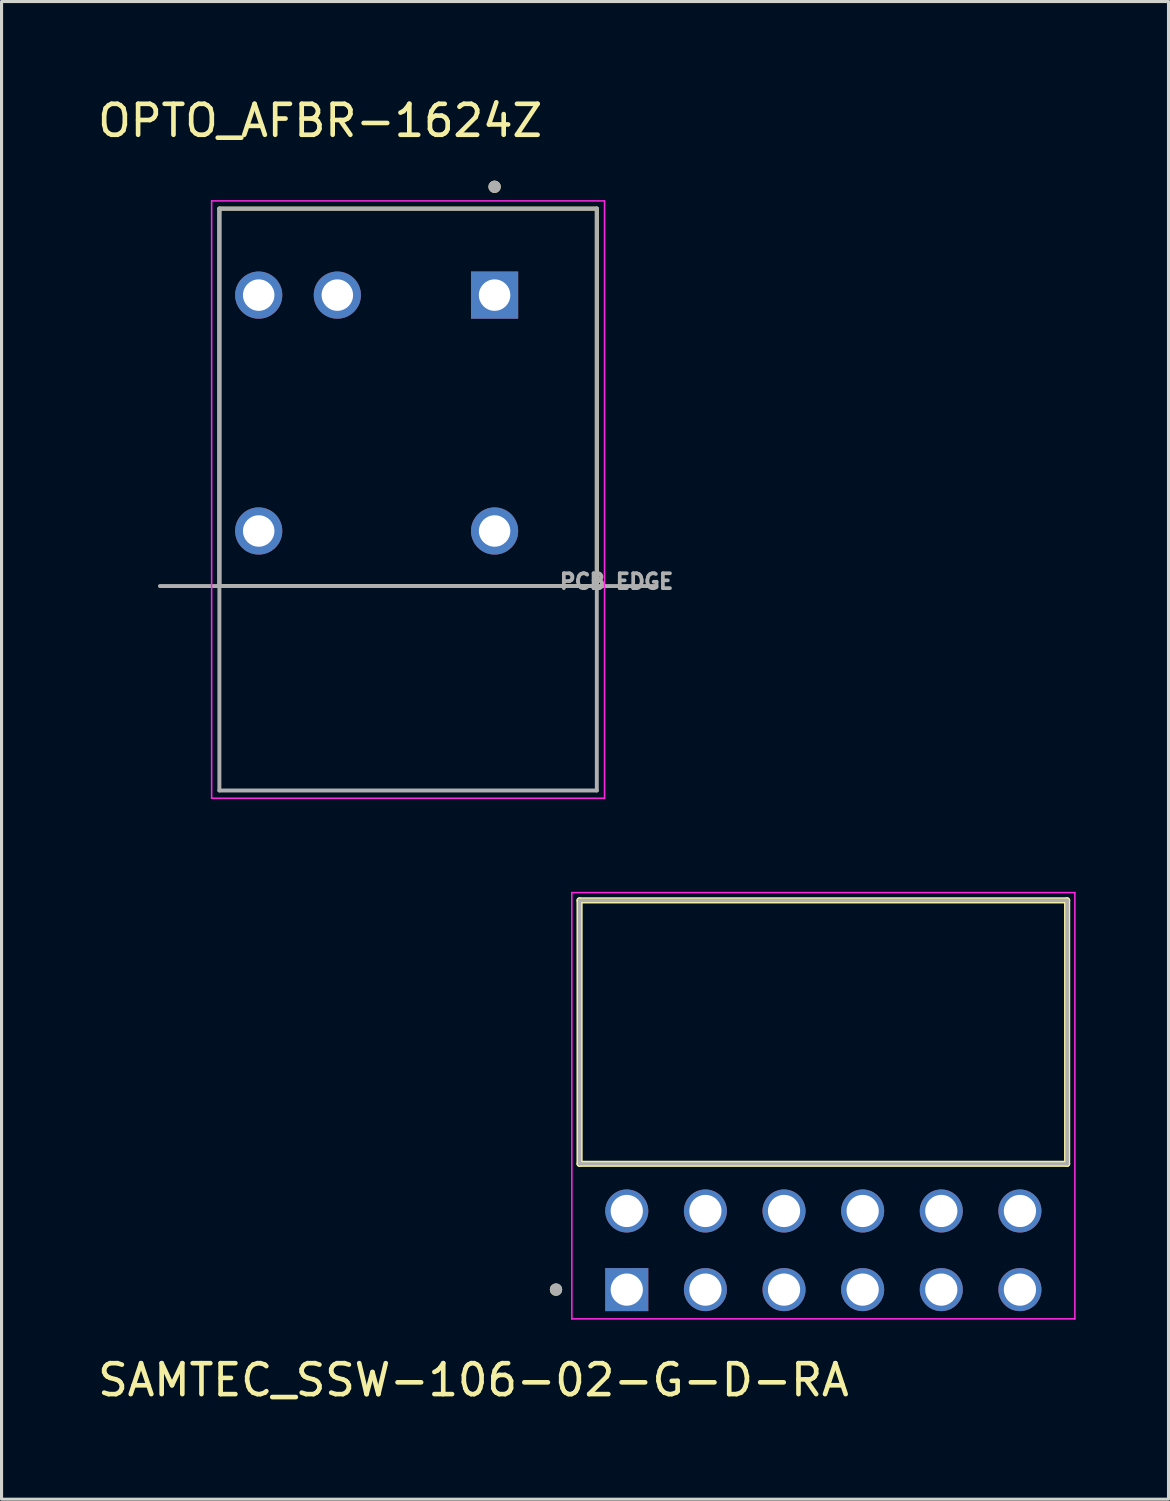
<source format=kicad_pcb>
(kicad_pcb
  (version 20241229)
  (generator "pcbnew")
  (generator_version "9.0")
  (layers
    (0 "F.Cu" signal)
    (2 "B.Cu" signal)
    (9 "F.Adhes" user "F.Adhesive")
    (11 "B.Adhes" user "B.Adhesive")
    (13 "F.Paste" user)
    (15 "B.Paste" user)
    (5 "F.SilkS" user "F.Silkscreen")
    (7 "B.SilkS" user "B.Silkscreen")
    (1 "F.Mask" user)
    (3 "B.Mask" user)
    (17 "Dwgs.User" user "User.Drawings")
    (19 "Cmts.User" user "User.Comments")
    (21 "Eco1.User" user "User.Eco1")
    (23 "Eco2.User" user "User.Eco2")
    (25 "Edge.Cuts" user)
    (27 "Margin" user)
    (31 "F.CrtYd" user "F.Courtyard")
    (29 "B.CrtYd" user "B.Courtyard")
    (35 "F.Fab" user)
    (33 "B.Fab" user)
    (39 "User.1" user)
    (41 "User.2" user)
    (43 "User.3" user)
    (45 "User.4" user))
  (footprint "SAMTEC_SSW-106-02-G-D-RA"
    (layer "F.Cu")
    (at 17.197 36.069)
    (property "Reference" "SAMTEC_SSW-106-02-G-D-RA" (at -4.953 5.461 0) (layer "F.SilkS") (effects (font (size 1 1) (thickness 0.15))))
    (attr through_hole)
    (fp_line (start -1.525 -1.524) (end -1.525 -10.034) (stroke (width 0.2) (type solid)) (layer "F.SilkS"))
    (fp_line (start 14.225 -10.034) (end -1.525 -10.034) (stroke (width 0.2) (type solid)) (layer "F.SilkS"))
    (fp_line (start 14.225 -10.034) (end 14.225 -1.524) (stroke (width 0.2) (type solid)) (layer "F.SilkS"))
    (fp_line (start 14.225 -1.524) (end -1.525 -1.524) (stroke (width 0.2) (type solid)) (layer "F.SilkS"))
    (fp_circle (center -2.286 2.54) (end -2.186 2.54) (stroke (width 0.2) (type solid)) (fill no) (layer "F.SilkS"))
    (fp_line (start -1.775 -10.284) (end 14.475 -10.284) (stroke (width 0.05) (type solid)) (layer "F.CrtYd"))
    (fp_line (start -1.775 3.485) (end -1.775 -10.284) (stroke (width 0.05) (type solid)) (layer "F.CrtYd"))
    (fp_line (start 14.475 -10.284) (end 14.475 3.485) (stroke (width 0.05) (type solid)) (layer "F.CrtYd"))
    (fp_line (start 14.475 3.485) (end -1.775 3.485) (stroke (width 0.05) (type solid)) (layer "F.CrtYd"))
    (fp_line (start -1.525 -10.034) (end 14.225 -10.034) (stroke (width 0.1) (type solid)) (layer "F.Fab"))
    (fp_line (start -1.525 -10.034) (end 14.225 -10.034) (stroke (width 0.1) (type solid)) (layer "F.Fab"))
    (fp_line (start -1.525 -1.524) (end -1.525 -10.034) (stroke (width 0.1) (type solid)) (layer "F.Fab"))
    (fp_line (start -1.525 -1.524) (end -1.525 -10.034) (stroke (width 0.1) (type solid)) (layer "F.Fab"))
    (fp_line (start 14.225 -10.034) (end 14.225 -1.524) (stroke (width 0.1) (type solid)) (layer "F.Fab"))
    (fp_line (start 14.225 -10.034) (end 14.225 -1.524) (stroke (width 0.1) (type solid)) (layer "F.Fab"))
    (fp_line (start 14.225 -1.524) (end -1.525 -1.524) (stroke (width 0.1) (type solid)) (layer "F.Fab"))
    (fp_circle (center -2.286 2.54) (end -2.186 2.54) (stroke (width 0.2) (type solid)) (fill no) (layer "F.Fab"))
    (pad "01" thru_hole rect (at 0 2.54) (size 1.39 1.39) (drill 1.04) (layers "*.Cu" "*.Mask"))
    (pad "02" thru_hole circle (at 2.54 2.54) (size 1.39 1.39) (drill 1.04) (layers "*.Cu" "*.Mask"))
    (pad "03" thru_hole circle (at 5.08 2.54) (size 1.39 1.39) (drill 1.04) (layers "*.Cu" "*.Mask"))
    (pad "04" thru_hole circle (at 7.62 2.54) (size 1.39 1.39) (drill 1.04) (layers "*.Cu" "*.Mask"))
    (pad "05" thru_hole circle (at 10.16 2.54) (size 1.39 1.39) (drill 1.04) (layers "*.Cu" "*.Mask"))
    (pad "06" thru_hole circle (at 12.7 2.54) (size 1.39 1.39) (drill 1.04) (layers "*.Cu" "*.Mask"))
    (pad "07" thru_hole circle (at 0 0) (size 1.39 1.39) (drill 1.04) (layers "*.Cu" "*.Mask"))
    (pad "08" thru_hole circle (at 2.54 0) (size 1.39 1.39) (drill 1.04) (layers "*.Cu" "*.Mask"))
    (pad "09" thru_hole circle (at 5.08 0) (size 1.39 1.39) (drill 1.04) (layers "*.Cu" "*.Mask"))
    (pad "10" thru_hole circle (at 7.62 0) (size 1.39 1.39) (drill 1.04) (layers "*.Cu" "*.Mask"))
    (pad "11" thru_hole circle (at 10.16 0) (size 1.39 1.39) (drill 1.04) (layers "*.Cu" "*.Mask"))
    (pad "12" thru_hole circle (at 12.7 0) (size 1.39 1.39) (drill 1.04) (layers "*.Cu" "*.Mask")))
  (footprint "OPTO_AFBR-1624Z"
    (layer "F.Cu")
    (at 9.117 6.483)
    (property "Reference" "OPTO_AFBR-1624Z" (at -1.825 -5.635 0) (layer "F.SilkS") (effects (font (size 1 1) (thickness 0.15))))
    (attr through_hole)
    (fp_line (start -5.08 -2.794) (end 7.112 -2.794) (stroke (width 0.127) (type solid)) (layer "F.SilkS"))
    (fp_line (start -5.08 9.398) (end -5.08 -2.794) (stroke (width 0.127) (type solid)) (layer "F.SilkS"))
    (fp_line (start 7.112 -2.794) (end 7.112 9.398) (stroke (width 0.127) (type solid)) (layer "F.SilkS"))
    (fp_line (start 7.112 9.398) (end -5.08 9.398) (stroke (width 0.127) (type solid)) (layer "F.SilkS"))
    (fp_circle (center 3.81 -3.5) (end 3.91 -3.5) (stroke (width 0.2) (type solid)) (fill no) (layer "F.SilkS"))
    (fp_line (start -5.33 -3.044) (end 7.362 -3.044) (stroke (width 0.05) (type solid)) (layer "F.CrtYd"))
    (fp_line (start -5.33 16.252) (end -5.33 -3.044) (stroke (width 0.05) (type solid)) (layer "F.CrtYd"))
    (fp_line (start 7.362 -3.044) (end 7.362 16.252) (stroke (width 0.05) (type solid)) (layer "F.CrtYd"))
    (fp_line (start 7.362 16.252) (end -5.33 16.252) (stroke (width 0.05) (type solid)) (layer "F.CrtYd"))
    (fp_line (start -7 9.398) (end 9 9.398) (stroke (width 0.127) (type solid)) (layer "F.Fab"))
    (fp_line (start -5.08 -2.794) (end 7.112 -2.794) (stroke (width 0.127) (type solid)) (layer "F.Fab"))
    (fp_line (start -5.08 16.002) (end -5.08 -2.794) (stroke (width 0.127) (type solid)) (layer "F.Fab"))
    (fp_line (start 7.112 -2.794) (end 7.112 16.002) (stroke (width 0.127) (type solid)) (layer "F.Fab"))
    (fp_line (start 7.112 16.002) (end -5.08 16.002) (stroke (width 0.127) (type solid)) (layer "F.Fab"))
    (fp_circle (center 3.81 -3.5) (end 3.91 -3.5) (stroke (width 0.2) (type solid)) (fill no) (layer "F.Fab"))
    (fp_text user "PCB EDGE" (at 7.75 9.25 0) (layer "F.Fab") (effects (font (size 0.48 0.48) (thickness 0.12))))
    (pad "1" thru_hole rect (at 3.81 0) (size 1.524 1.524) (drill 1.016) (layers "*.Cu" "*.Mask"))
    (pad "3" thru_hole circle (at -1.27 0) (size 1.524 1.524) (drill 1.016) (layers "*.Cu" "*.Mask"))
    (pad "4" thru_hole circle (at -3.81 0) (size 1.524 1.524) (drill 1.016) (layers "*.Cu" "*.Mask"))
    (pad "5" thru_hole circle (at -3.81 7.62) (size 1.524 1.524) (drill 1.016) (layers "*.Cu" "*.Mask"))
    (pad "8" thru_hole circle (at 3.81 7.62) (size 1.524 1.524) (drill 1.016) (layers "*.Cu" "*.Mask")))
  (gr_rect
    (start -3 -3)
    (end 34.697 45.379)
    (stroke (width 0.1) (type default))
    (fill no)
    (layer "Edge.Cuts")))
</source>
